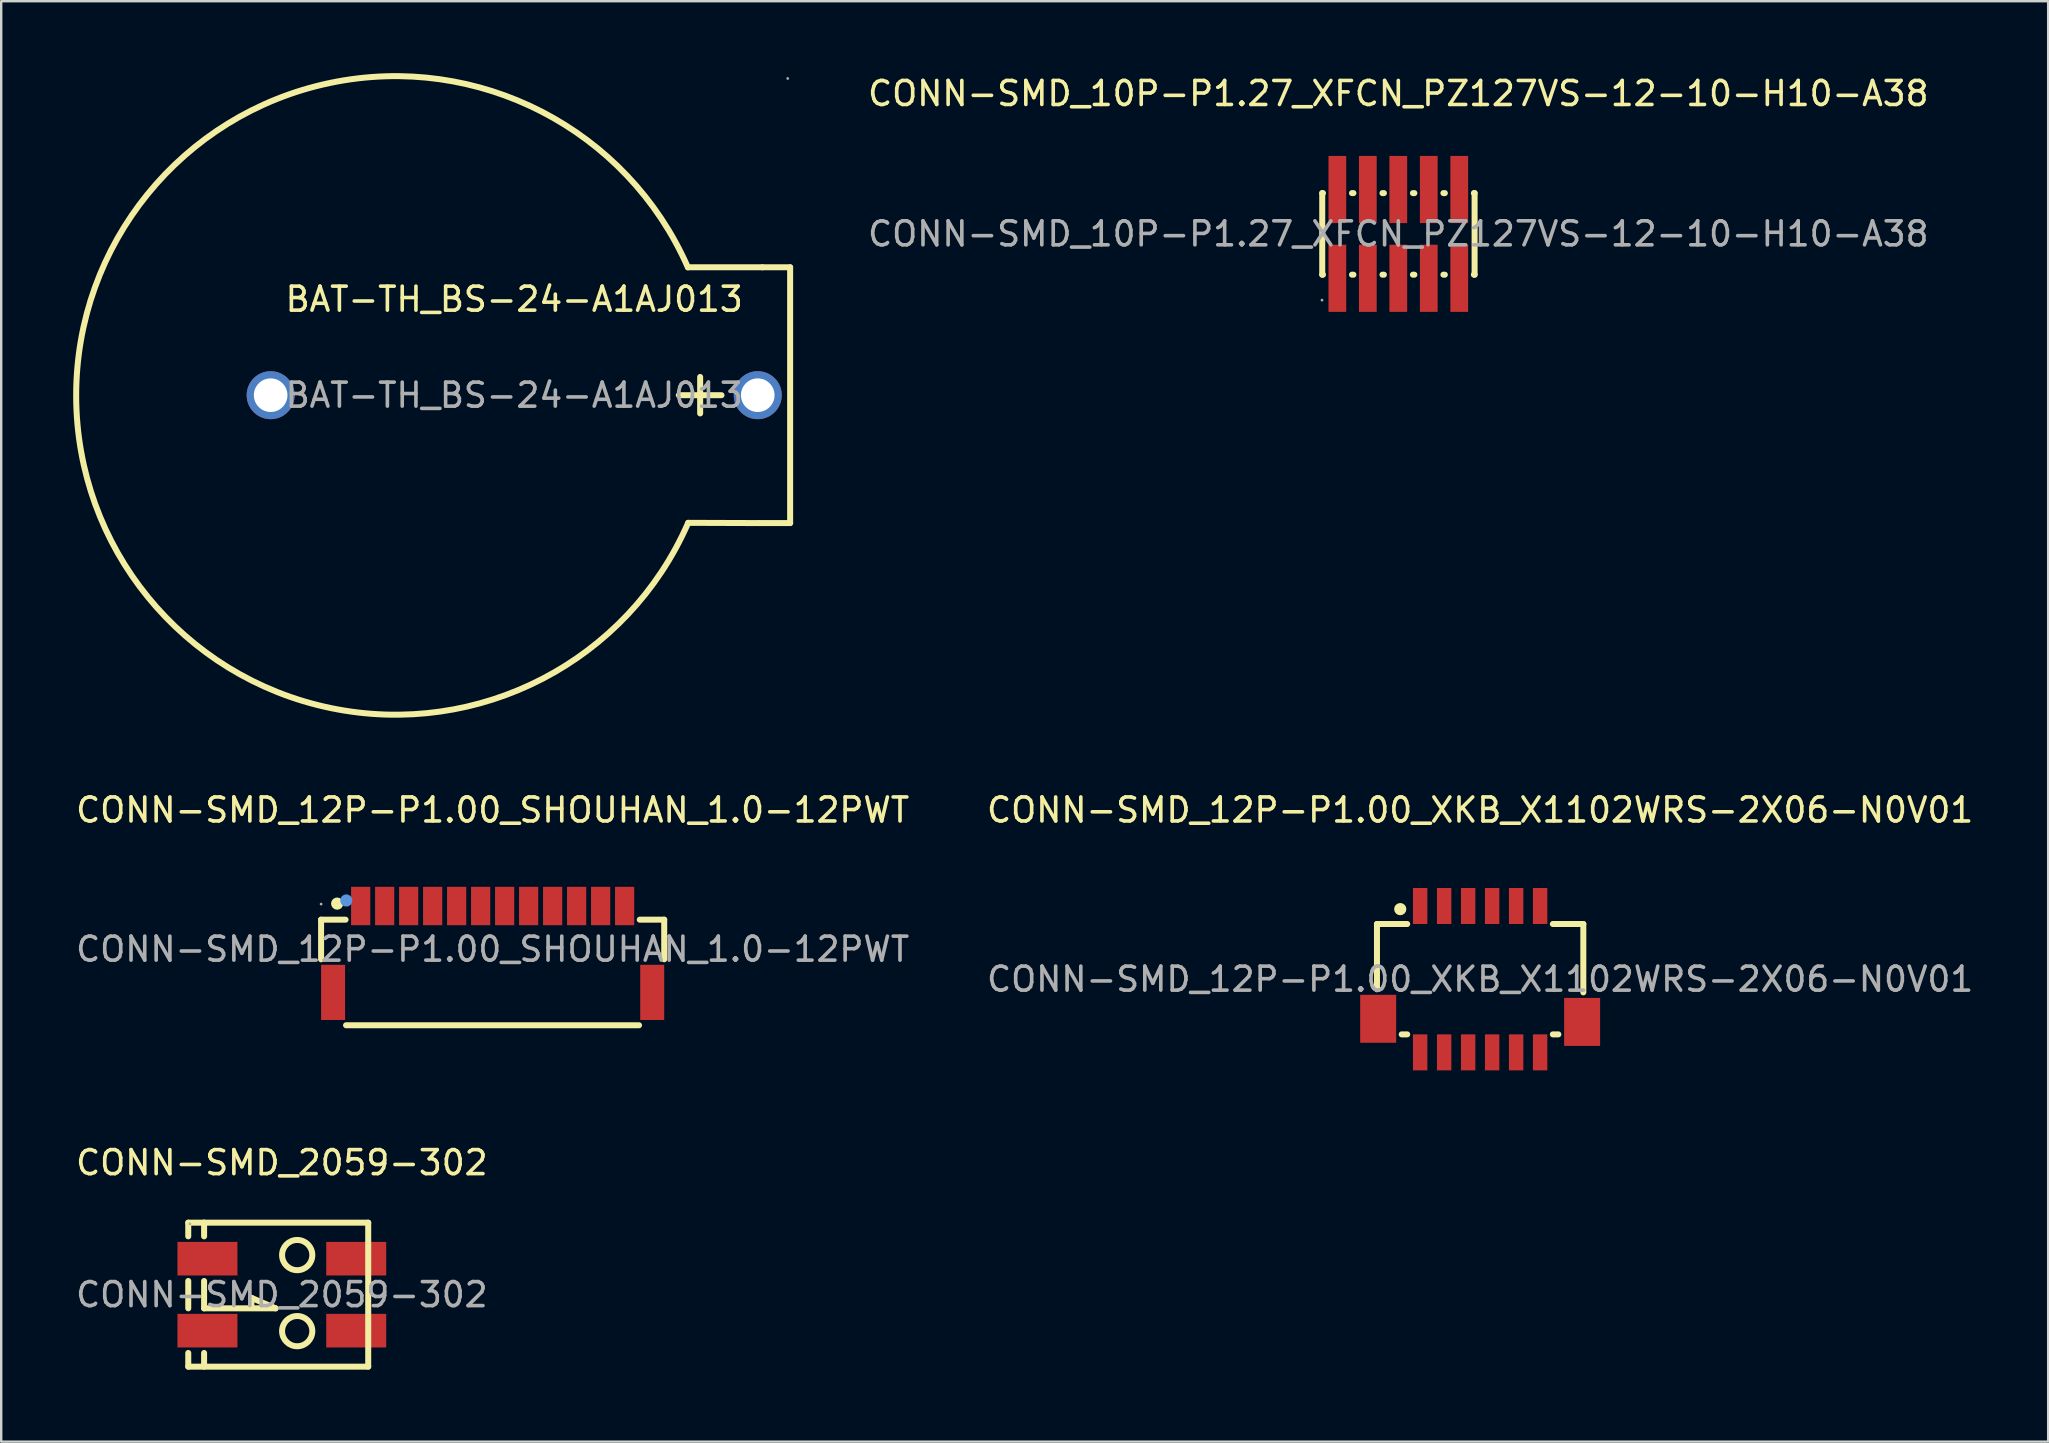
<source format=kicad_pcb>
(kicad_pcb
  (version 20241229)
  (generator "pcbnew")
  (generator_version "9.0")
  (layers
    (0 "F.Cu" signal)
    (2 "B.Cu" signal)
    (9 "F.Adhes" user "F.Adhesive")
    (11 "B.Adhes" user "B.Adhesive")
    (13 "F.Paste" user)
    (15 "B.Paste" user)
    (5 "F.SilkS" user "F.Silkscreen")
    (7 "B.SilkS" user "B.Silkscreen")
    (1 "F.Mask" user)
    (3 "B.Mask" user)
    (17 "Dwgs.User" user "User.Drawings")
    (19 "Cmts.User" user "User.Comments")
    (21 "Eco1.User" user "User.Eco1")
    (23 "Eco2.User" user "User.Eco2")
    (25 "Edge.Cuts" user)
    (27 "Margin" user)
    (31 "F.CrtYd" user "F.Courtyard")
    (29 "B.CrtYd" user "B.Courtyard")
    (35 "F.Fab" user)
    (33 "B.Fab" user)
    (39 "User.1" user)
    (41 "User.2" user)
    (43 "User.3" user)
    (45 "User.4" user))
  (footprint "CONN-SMD_2059-302"
    (layer "F.Cu")
    (at 8.696 50.907)
    (property "Reference" "CONN-SMD_2059-302" (at 0 -5.5 0) (layer "F.SilkS") (effects (font (size 1 1) (thickness 0.15))))
    (attr smd)
    (fp_line (start -3.9 -3) (end -3.9 -2.43) (stroke (width 0.25) (type solid)) (layer "F.SilkS"))
    (fp_line (start -3.9 -3) (end -3.24 -3) (stroke (width 0.25) (type solid)) (layer "F.SilkS"))
    (fp_line (start -3.9 -0.57) (end -3.9 0.57) (stroke (width 0.25) (type solid)) (layer "F.SilkS"))
    (fp_line (start -3.9 2.43) (end -3.9 3) (stroke (width 0.25) (type solid)) (layer "F.SilkS"))
    (fp_line (start -3.24 -3) (end -3.24 -2.43) (stroke (width 0.25) (type solid)) (layer "F.SilkS"))
    (fp_line (start -3.24 -3) (end 3.6 -3) (stroke (width 0.25) (type solid)) (layer "F.SilkS"))
    (fp_line (start -3.24 -0.57) (end -3.24 0.57) (stroke (width 0.25) (type solid)) (layer "F.SilkS"))
    (fp_line (start -3.24 0.57) (end -0.26 0.57) (stroke (width 0.25) (type solid)) (layer "F.SilkS"))
    (fp_line (start -3.24 2.43) (end -3.24 3) (stroke (width 0.25) (type solid)) (layer "F.SilkS"))
    (fp_line (start -1.27 0.13) (end -1.27 0.51) (stroke (width 0.25) (type solid)) (layer "F.SilkS"))
    (fp_line (start -0.26 0.57) (end -1.27 0.13) (stroke (width 0.25) (type solid)) (layer "F.SilkS"))
    (fp_line (start 3.6 -3) (end 3.6 3) (stroke (width 0.25) (type solid)) (layer "F.SilkS"))
    (fp_line (start 3.6 3) (end -3.9 3) (stroke (width 0.25) (type solid)) (layer "F.SilkS"))
    (fp_circle (center 0.64 -1.65) (end 1.27 -1.65) (stroke (width 0.25) (type solid)) (fill no) (layer "F.SilkS"))
    (fp_circle (center 0.64 1.52) (end 1.27 1.52) (stroke (width 0.25) (type solid)) (fill no) (layer "F.SilkS"))
    (fp_circle (center -3.83 -2.95) (end -3.8 -2.95) (stroke (width 0.06) (type solid)) (fill no) (layer "F.Fab"))
    (fp_text user "${REFERENCE}" (at 0 0 0) (layer "F.Fab") (effects (font (size 1 1) (thickness 0.15))))
    (pad "1" smd rect (at -3.1 -1.5 90) (size 1.4 2.5) (layers "F.Cu" "F.Mask" "F.Paste"))
    (pad "1" smd rect (at 3.1 -1.5 90) (size 1.4 2.5) (layers "F.Cu" "F.Mask" "F.Paste"))
    (pad "2" smd rect (at -3.1 1.5 90) (size 1.4 2.5) (layers "F.Cu" "F.Mask" "F.Paste"))
    (pad "2" smd rect (at 3.1 1.5 90) (size 1.4 2.5) (layers "F.Cu" "F.Mask" "F.Paste")))
  (footprint "CONN-SMD_12P-P1.00_XKB_X1102WRS-2X06-N0V01"
    (layer "F.Cu")
    (at 58.637 37.759)
    (property "Reference" "CONN-SMD_12P-P1.00_XKB_X1102WRS-2X06-N0V01" (at 0 -7.05 0) (layer "F.SilkS") (effects (font (size 1 1) (thickness 0.15))))
    (attr smd)
    (fp_line (start -4.3 -2.3) (end -4.3 0.42) (stroke (width 0.25) (type solid)) (layer "F.SilkS"))
    (fp_line (start -4.3 -2.3) (end -3.04 -2.3) (stroke (width 0.25) (type solid)) (layer "F.SilkS"))
    (fp_line (start -3.04 2.3) (end -3.27 2.3) (stroke (width 0.25) (type solid)) (layer "F.SilkS"))
    (fp_line (start 3.03 -2.3) (end 4.3 -2.3) (stroke (width 0.25) (type solid)) (layer "F.SilkS"))
    (fp_line (start 3.03 2.3) (end 3.26 2.3) (stroke (width 0.25) (type solid)) (layer "F.SilkS"))
    (fp_line (start 4.3 -2.3) (end 4.3 0.55) (stroke (width 0.25) (type solid)) (layer "F.SilkS"))
    (fp_circle (center -3.33 -2.92) (end -3.2 -2.92) (stroke (width 0.25) (type solid)) (fill no) (layer "F.SilkS"))
    (fp_text user "${REFERENCE}" (at 0 0 0) (layer "F.Fab") (effects (font (size 1 1) (thickness 0.15))))
    (pad "1" smd rect (at -2.5 -3.05) (size 0.6 1.5) (layers "F.Cu" "F.Mask" "F.Paste"))
    (pad "2" smd rect (at -2.5 3.05) (size 0.6 1.5) (layers "F.Cu" "F.Mask" "F.Paste"))
    (pad "3" smd rect (at -1.5 -3.05) (size 0.6 1.5) (layers "F.Cu" "F.Mask" "F.Paste"))
    (pad "4" smd rect (at -1.5 3.05) (size 0.6 1.5) (layers "F.Cu" "F.Mask" "F.Paste"))
    (pad "5" smd rect (at -0.5 -3.05) (size 0.6 1.5) (layers "F.Cu" "F.Mask" "F.Paste"))
    (pad "6" smd rect (at -0.5 3.05) (size 0.6 1.5) (layers "F.Cu" "F.Mask" "F.Paste"))
    (pad "7" smd rect (at 0.5 -3.05) (size 0.6 1.5) (layers "F.Cu" "F.Mask" "F.Paste"))
    (pad "8" smd rect (at 0.5 3.05) (size 0.6 1.5) (layers "F.Cu" "F.Mask" "F.Paste"))
    (pad "9" smd rect (at 1.5 -3.05) (size 0.6 1.5) (layers "F.Cu" "F.Mask" "F.Paste"))
    (pad "10" smd rect (at 1.5 3.05) (size 0.6 1.5) (layers "F.Cu" "F.Mask" "F.Paste"))
    (pad "11" smd rect (at 2.5 -3.05) (size 0.6 1.5) (layers "F.Cu" "F.Mask" "F.Paste"))
    (pad "12" smd rect (at 2.5 3.05) (size 0.6 1.5) (layers "F.Cu" "F.Mask" "F.Paste"))
    (pad "13" smd rect (at 4.25 1.78) (size 1.5 2) (layers "F.Cu" "F.Mask" "F.Paste"))
    (pad "14" smd rect (at -4.25 1.65) (size 1.5 2) (layers "F.Cu" "F.Mask" "F.Paste")))
  (footprint "CONN-SMD_10P-P1.27_XFCN_PZ127VS-12-10-H10-A38"
    (layer "F.Cu")
    (at 55.226 6.698)
    (property "Reference" "CONN-SMD_10P-P1.27_XFCN_PZ127VS-12-10-H10-A38" (at 0 -5.85 0) (layer "F.SilkS") (effects (font (size 1 1) (thickness 0.15))))
    (attr smd)
    (fp_line (start -3.17 -1.7) (end -3.17 1.7) (stroke (width 0.25) (type solid)) (layer "F.SilkS"))
    (fp_line (start -3.17 -1.7) (end -3.14 -1.7) (stroke (width 0.25) (type solid)) (layer "F.SilkS"))
    (fp_line (start -3.17 1.7) (end -3.14 1.7) (stroke (width 0.25) (type solid)) (layer "F.SilkS"))
    (fp_line (start -1.93 -1.7) (end -1.87 -1.7) (stroke (width 0.25) (type solid)) (layer "F.SilkS"))
    (fp_line (start -1.93 1.7) (end -1.87 1.7) (stroke (width 0.25) (type solid)) (layer "F.SilkS"))
    (fp_line (start -0.66 -1.7) (end -0.6 -1.7) (stroke (width 0.25) (type solid)) (layer "F.SilkS"))
    (fp_line (start -0.66 1.7) (end -0.6 1.7) (stroke (width 0.25) (type solid)) (layer "F.SilkS"))
    (fp_line (start 0.61 -1.7) (end 0.67 -1.7) (stroke (width 0.25) (type solid)) (layer "F.SilkS"))
    (fp_line (start 0.61 1.7) (end 0.67 1.7) (stroke (width 0.25) (type solid)) (layer "F.SilkS"))
    (fp_line (start 1.88 -1.7) (end 1.94 -1.7) (stroke (width 0.25) (type solid)) (layer "F.SilkS"))
    (fp_line (start 1.88 1.7) (end 1.94 1.7) (stroke (width 0.25) (type solid)) (layer "F.SilkS"))
    (fp_line (start 3.15 -1.7) (end 3.18 -1.7) (stroke (width 0.25) (type solid)) (layer "F.SilkS"))
    (fp_line (start 3.15 1.7) (end 3.18 1.7) (stroke (width 0.25) (type solid)) (layer "F.SilkS"))
    (fp_line (start 3.18 -1.7) (end 3.18 1.7) (stroke (width 0.25) (type solid)) (layer "F.SilkS"))
    (fp_circle (center -3.18 2.76) (end -3.15 2.76) (stroke (width 0.06) (type solid)) (fill no) (layer "F.Fab"))
    (fp_text user "${REFERENCE}" (at 0 0 0) (layer "F.Fab") (effects (font (size 1 1) (thickness 0.15))))
    (pad "1" smd rect (at -2.54 1.85) (size 0.74 2.8) (layers "F.Cu" "F.Mask" "F.Paste"))
    (pad "2" smd rect (at -2.54 -1.85) (size 0.74 2.8) (layers "F.Cu" "F.Mask" "F.Paste"))
    (pad "3" smd rect (at -1.27 1.85) (size 0.74 2.8) (layers "F.Cu" "F.Mask" "F.Paste"))
    (pad "4" smd rect (at -1.27 -1.85) (size 0.74 2.8) (layers "F.Cu" "F.Mask" "F.Paste"))
    (pad "5" smd rect (at 0 1.85) (size 0.74 2.8) (layers "F.Cu" "F.Mask" "F.Paste"))
    (pad "6" smd rect (at 0 -1.85) (size 0.74 2.8) (layers "F.Cu" "F.Mask" "F.Paste"))
    (pad "7" smd rect (at 1.27 1.85) (size 0.74 2.8) (layers "F.Cu" "F.Mask" "F.Paste"))
    (pad "8" smd rect (at 1.27 -1.85) (size 0.74 2.8) (layers "F.Cu" "F.Mask" "F.Paste"))
    (pad "9" smd rect (at 2.54 1.85) (size 0.74 2.8) (layers "F.Cu" "F.Mask" "F.Paste"))
    (pad "10" smd rect (at 2.54 -1.85) (size 0.74 2.8) (layers "F.Cu" "F.Mask" "F.Paste")))
  (footprint "BAT-TH_BS-24-A1AJ013"
    (layer "F.Cu")
    (at 18.38 13.42)
    (property "Reference" "BAT-TH_BS-24-A1AJ013" (at 0 -4 0) (layer "F.SilkS") (effects (font (size 1 1) (thickness 0.15))))
    (attr through_hole)
    (fp_line (start 6.86 0) (end 8.64 0) (stroke (width 0.25) (type solid)) (layer "F.SilkS"))
    (fp_line (start 7.24 -5.33) (end 10.34 -5.33) (stroke (width 0.25) (type solid)) (layer "F.SilkS"))
    (fp_line (start 7.25 5.32) (end 10.21 5.33) (stroke (width 0.25) (type solid)) (layer "F.SilkS"))
    (fp_line (start 7.75 -0.76) (end 7.75 0.76) (stroke (width 0.25) (type solid)) (layer "F.SilkS"))
    (fp_line (start 10.22 5.33) (end 11.5 5.33) (stroke (width 0.25) (type solid)) (layer "F.SilkS"))
    (fp_line (start 11.5 -5.33) (end 10.34 -5.33) (stroke (width 0.25) (type solid)) (layer "F.SilkS"))
    (fp_line (start 11.5 5.33) (end 11.5 -5.33) (stroke (width 0.25) (type solid)) (layer "F.SilkS"))
    (fp_arc (start 7.25 5.32) (mid -18.255483 0.024889) (end 7.238086 -5.32729) (stroke (width 0.25) (type solid)) (layer "F.SilkS"))
    (fp_circle (center 11.4 -13.2) (end 11.43 -13.2) (stroke (width 0.06) (type solid)) (fill no) (layer "F.Fab"))
    (fp_text user "${REFERENCE}" (at 0 0 0) (layer "F.Fab") (effects (font (size 1 1) (thickness 0.15))))
    (pad "1" thru_hole circle (at 10.15 0) (size 2 2) (drill 1.4) (layers "*.Cu" "*.Mask"))
    (pad "2" thru_hole circle (at -10.15 0) (size 2 2) (drill 1.4) (layers "*.Cu" "*.Mask")))
  (footprint "CONN-SMD_12P-P1.00_SHOUHAN_1.0-12PWT"
    (layer "F.Cu")
    (at 17.482 36.509)
    (property "Reference" "CONN-SMD_12P-P1.00_SHOUHAN_1.0-12PWT" (at 0 -5.8 0) (layer "F.SilkS") (effects (font (size 1 1) (thickness 0.15))))
    (attr smd)
    (fp_line (start -7.15 -1.23) (end -7.15 0.42) (stroke (width 0.25) (type solid)) (layer "F.SilkS"))
    (fp_line (start -7.15 -1.23) (end -6.13 -1.23) (stroke (width 0.25) (type solid)) (layer "F.SilkS"))
    (fp_line (start -6.11 3.17) (end 6.1 3.17) (stroke (width 0.25) (type solid)) (layer "F.SilkS"))
    (fp_line (start 6.13 -1.23) (end 7.15 -1.23) (stroke (width 0.25) (type solid)) (layer "F.SilkS"))
    (fp_line (start 7.15 0.42) (end 7.15 -1.23) (stroke (width 0.25) (type solid)) (layer "F.SilkS"))
    (fp_circle (center -6.48 -1.9) (end -6.35 -1.9) (stroke (width 0.25) (type solid)) (fill no) (layer "F.SilkS"))
    (fp_circle (center -6.1 -2.03) (end -5.97 -2.03) (stroke (width 0.25) (type solid)) (fill no) (layer "Cmts.User"))
    (fp_circle (center -7.15 -1.88) (end -7.12 -1.88) (stroke (width 0.06) (type solid)) (fill no) (layer "F.Fab"))
    (fp_text user "${REFERENCE}" (at 0 0 0) (layer "F.Fab") (effects (font (size 1 1) (thickness 0.15))))
    (pad "1" smd rect (at -5.5 -1.8) (size 0.8 1.6) (layers "F.Cu" "F.Mask" "F.Paste"))
    (pad "2" smd rect (at -4.5 -1.8) (size 0.8 1.6) (layers "F.Cu" "F.Mask" "F.Paste"))
    (pad "3" smd rect (at -3.5 -1.8) (size 0.8 1.6) (layers "F.Cu" "F.Mask" "F.Paste"))
    (pad "4" smd rect (at -2.5 -1.8) (size 0.8 1.6) (layers "F.Cu" "F.Mask" "F.Paste"))
    (pad "5" smd rect (at -1.5 -1.8) (size 0.8 1.6) (layers "F.Cu" "F.Mask" "F.Paste"))
    (pad "6" smd rect (at -0.5 -1.8) (size 0.8 1.6) (layers "F.Cu" "F.Mask" "F.Paste"))
    (pad "7" smd rect (at 0.5 -1.8) (size 0.8 1.6) (layers "F.Cu" "F.Mask" "F.Paste"))
    (pad "8" smd rect (at 1.5 -1.8) (size 0.8 1.6) (layers "F.Cu" "F.Mask" "F.Paste"))
    (pad "9" smd rect (at 2.5 -1.8) (size 0.8 1.6) (layers "F.Cu" "F.Mask" "F.Paste"))
    (pad "10" smd rect (at 3.5 -1.8) (size 0.8 1.6) (layers "F.Cu" "F.Mask" "F.Paste"))
    (pad "11" smd rect (at 4.5 -1.8) (size 0.8 1.6) (layers "F.Cu" "F.Mask" "F.Paste"))
    (pad "12" smd rect (at 5.5 -1.8) (size 0.8 1.6) (layers "F.Cu" "F.Mask" "F.Paste"))
    (pad "13" smd rect (at -6.65 1.8 180) (size 1 2.3) (layers "F.Cu" "F.Mask" "F.Paste"))
    (pad "14" smd rect (at 6.65 1.8 180) (size 1 2.3) (layers "F.Cu" "F.Mask" "F.Paste")))
  (gr_rect
    (start -3 -3)
    (end 82.31 57.032)
    (stroke (width 0.1) (type default))
    (fill no)
    (layer "Edge.Cuts")))
</source>
